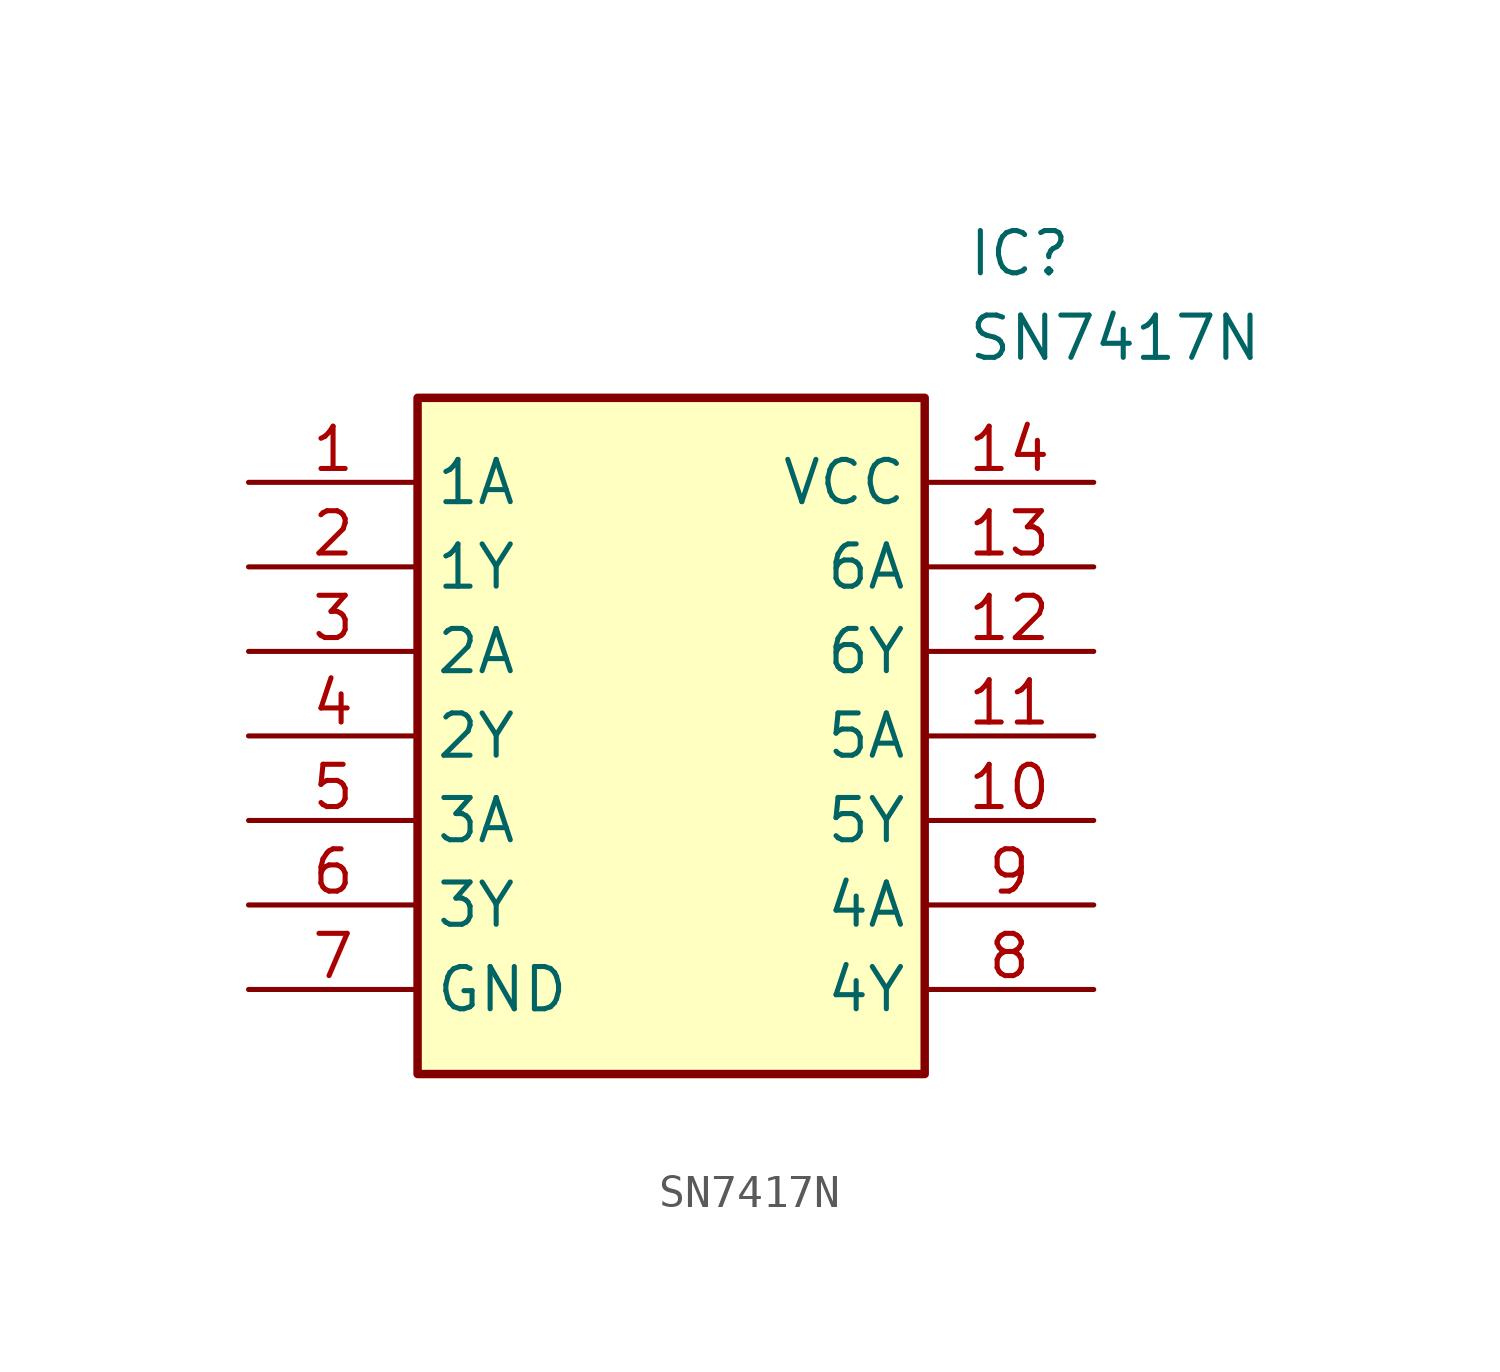
<source format=kicad_sym>
(kicad_symbol_lib
  (version 20211014)
  (generator SamacSys_ECAD_Model)
  (symbol "SN7417N"
    (property "Reference" "IC"
      (at 21.59 7.62 0)
      (effects (font (size 1.27 1.27)) (justify left top)))
    (property "Value" "SN7417N"
      (at 21.59 5.08 0)
      (effects (font (size 1.27 1.27)) (justify left top)))
    (rectangle
      (start 5.08 2.54)
      (end 20.32 -17.78)
      (stroke (width 0.254) (type default))
      (fill (type background)))
    (pin passive line
      (at 0 0 0)
      (length 5.08)
      (name "1A" (effects (font (size 1.27 1.27))))
      (number "1" (effects (font (size 1.27 1.27)))))
    (pin passive line
      (at 0 -2.54 0)
      (length 5.08)
      (name "1Y" (effects (font (size 1.27 1.27))))
      (number "2" (effects (font (size 1.27 1.27)))))
    (pin passive line
      (at 0 -5.08 0)
      (length 5.08)
      (name "2A" (effects (font (size 1.27 1.27))))
      (number "3" (effects (font (size 1.27 1.27)))))
    (pin passive line
      (at 0 -7.62 0)
      (length 5.08)
      (name "2Y" (effects (font (size 1.27 1.27))))
      (number "4" (effects (font (size 1.27 1.27)))))
    (pin passive line
      (at 0 -10.16 0)
      (length 5.08)
      (name "3A" (effects (font (size 1.27 1.27))))
      (number "5" (effects (font (size 1.27 1.27)))))
    (pin passive line
      (at 0 -12.7 0)
      (length 5.08)
      (name "3Y" (effects (font (size 1.27 1.27))))
      (number "6" (effects (font (size 1.27 1.27)))))
    (pin passive line
      (at 0 -15.24 0)
      (length 5.08)
      (name "GND" (effects (font (size 1.27 1.27))))
      (number "7" (effects (font (size 1.27 1.27)))))
    (pin passive line
      (at 25.4 0 180)
      (length 5.08)
      (name "VCC" (effects (font (size 1.27 1.27))))
      (number "14" (effects (font (size 1.27 1.27)))))
    (pin passive line
      (at 25.4 -2.54 180)
      (length 5.08)
      (name "6A" (effects (font (size 1.27 1.27))))
      (number "13" (effects (font (size 1.27 1.27)))))
    (pin passive line
      (at 25.4 -5.08 180)
      (length 5.08)
      (name "6Y" (effects (font (size 1.27 1.27))))
      (number "12" (effects (font (size 1.27 1.27)))))
    (pin passive line
      (at 25.4 -7.62 180)
      (length 5.08)
      (name "5A" (effects (font (size 1.27 1.27))))
      (number "11" (effects (font (size 1.27 1.27)))))
    (pin passive line
      (at 25.4 -10.16 180)
      (length 5.08)
      (name "5Y" (effects (font (size 1.27 1.27))))
      (number "10" (effects (font (size 1.27 1.27)))))
    (pin passive line
      (at 25.4 -12.7 180)
      (length 5.08)
      (name "4A" (effects (font (size 1.27 1.27))))
      (number "9" (effects (font (size 1.27 1.27)))))
    (pin passive line
      (at 25.4 -15.24 180)
      (length 5.08)
      (name "4Y" (effects (font (size 1.27 1.27))))
      (number "8" (effects (font (size 1.27 1.27)))))))
</source>
